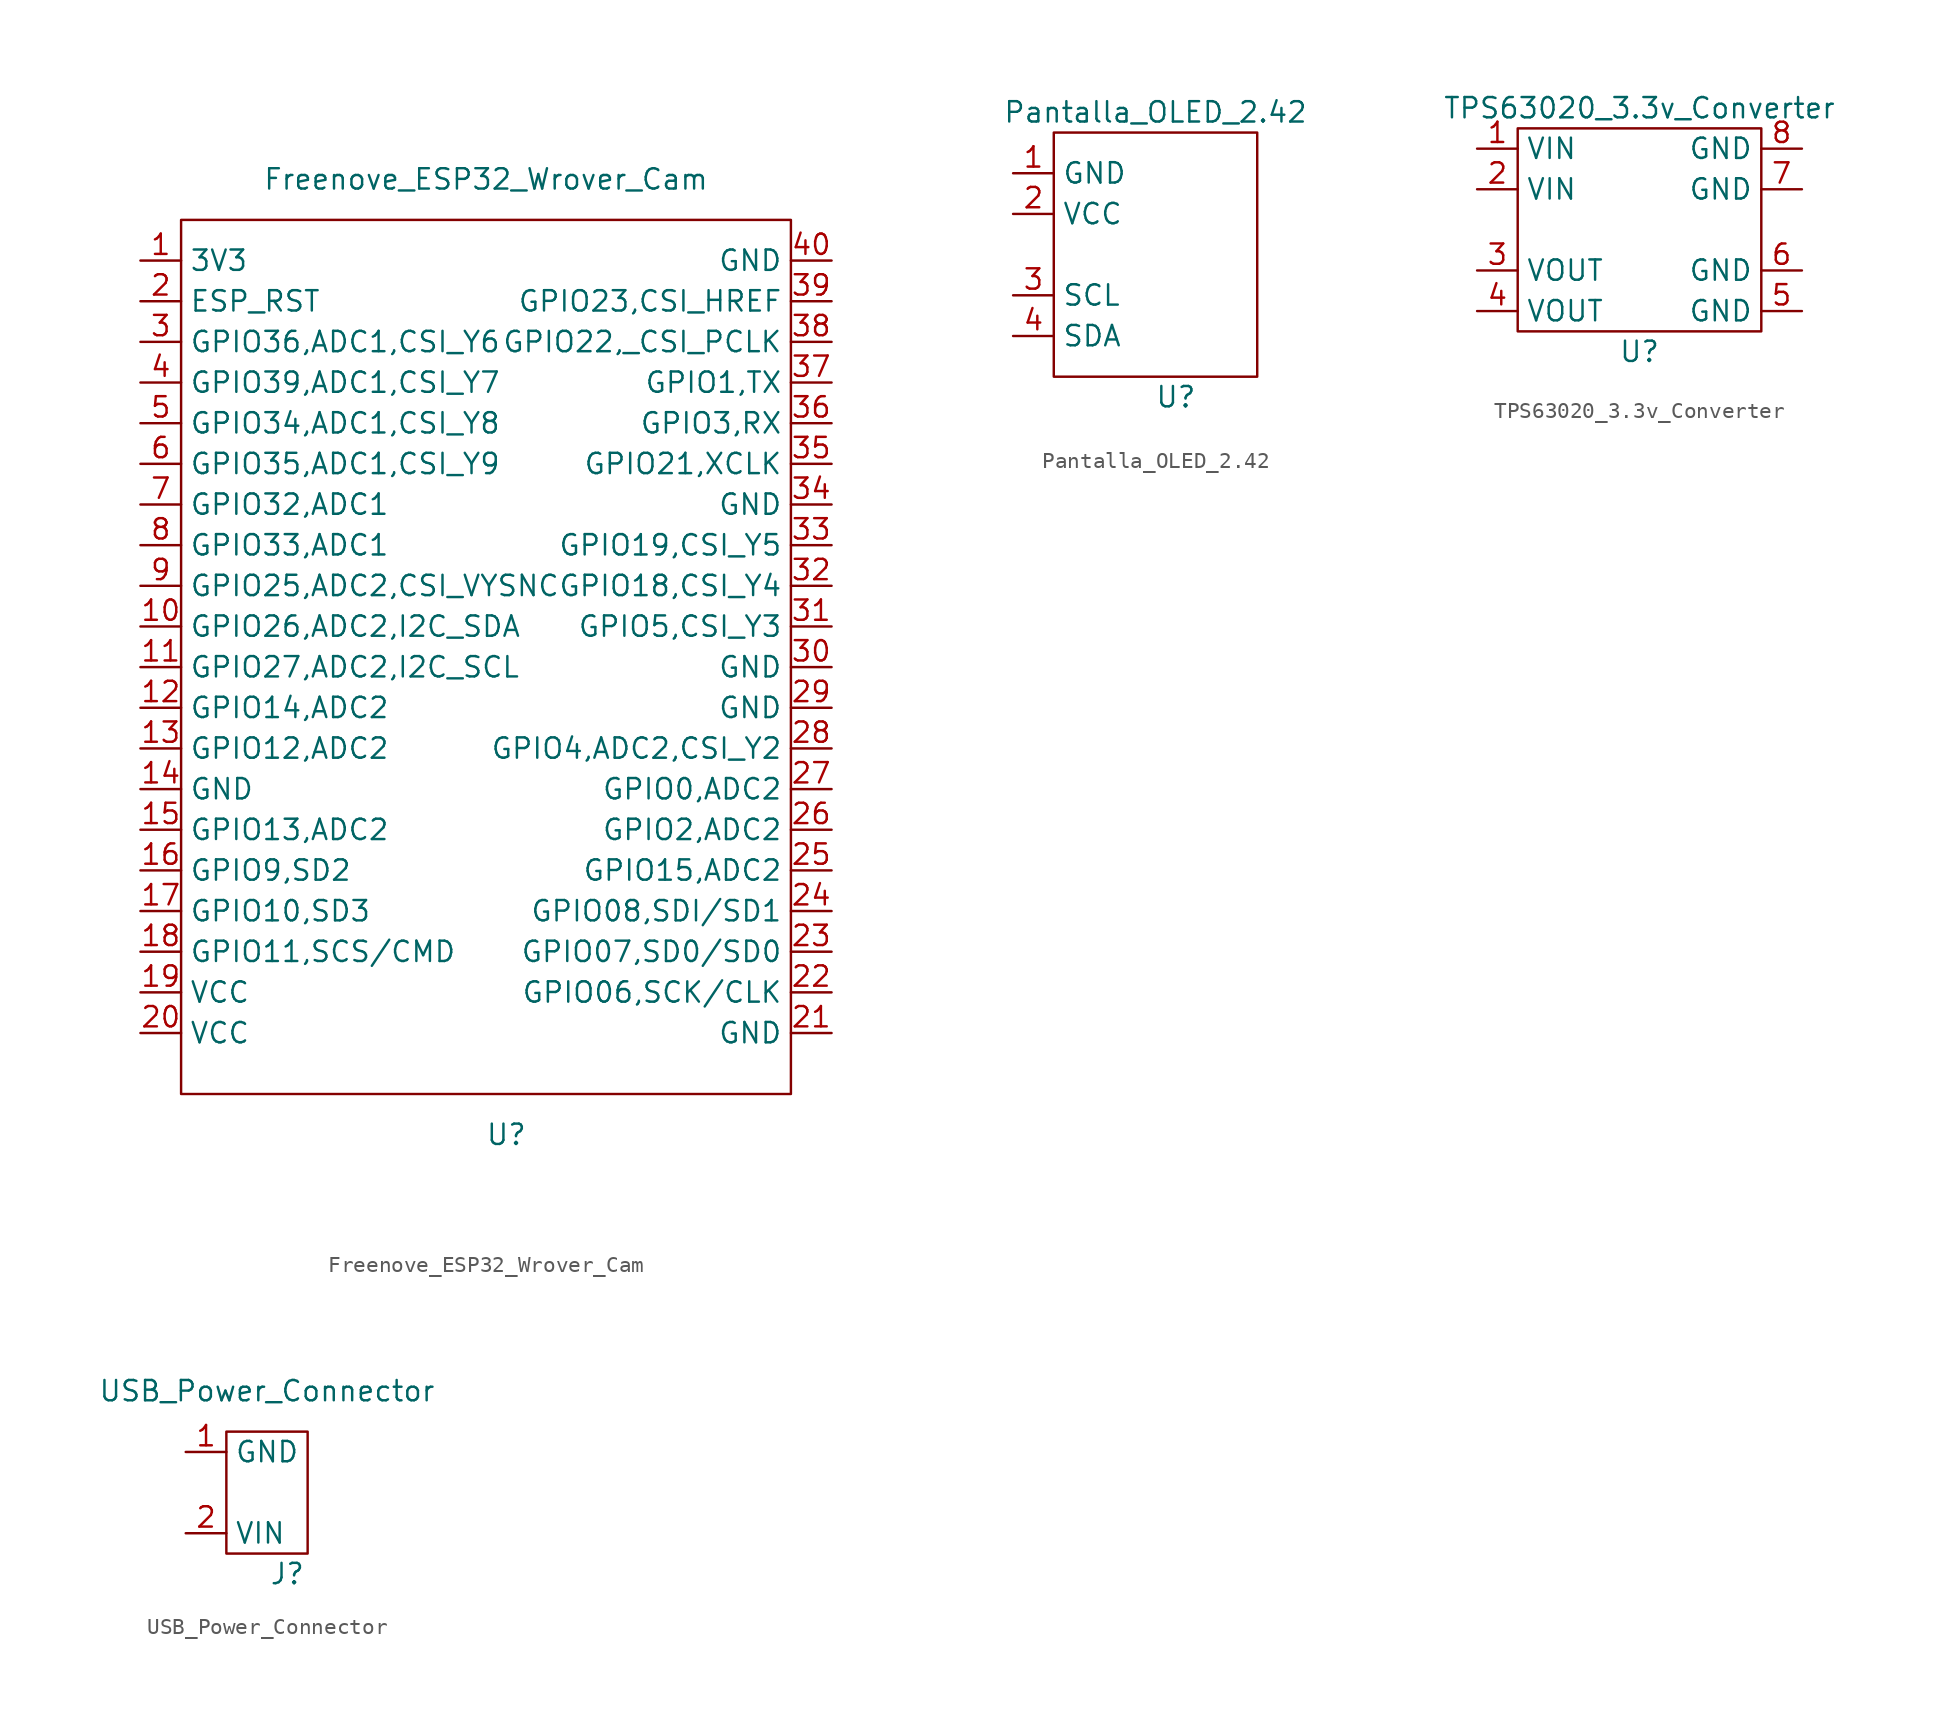
<source format=kicad_sym>
(kicad_symbol_lib
  (version 20211014)
  (generator kicad_symbol_editor)
  (symbol "Freenove_ESP32_Wrover_Cam"
    (property "Reference" "U"
      (at 1.27 -29.21 0)
      (effects (font (size 1.27 1.27))))
    (property "Value" "Freenove_ESP32_Wrover_Cam"
      (at 0 30.48 0)
      (effects (font (size 1.27 1.27))))
    (symbol "Freenove_ESP32_Wrover_Cam_0_1"
      (rectangle (start -19.05 27.94) (end 19.05 -26.67) (stroke (width 0) (type default) (color 0 0 0 0)) (fill (type none))))
    (symbol "Freenove_ESP32_Wrover_Cam_1_1"
      (pin power_in line (at -21.59 25.4 0) (length 2.54) (name "3V3" (effects (font (size 1.27 1.27)))) (number "1" (effects (font (size 1.27 1.27)))))
      (pin bidirectional line (at -21.59 2.54 0) (length 2.54) (name "GPIO26,ADC2,I2C_SDA" (effects (font (size 1.27 1.27)))) (number "10" (effects (font (size 1.27 1.27)))))
      (pin bidirectional line (at -21.59 0 0) (length 2.54) (name "GPIO27,ADC2,I2C_SCL" (effects (font (size 1.27 1.27)))) (number "11" (effects (font (size 1.27 1.27)))))
      (pin bidirectional line (at -21.59 -2.54 0) (length 2.54) (name "GPIO14,ADC2" (effects (font (size 1.27 1.27)))) (number "12" (effects (font (size 1.27 1.27)))))
      (pin bidirectional line (at -21.59 -5.08 0) (length 2.54) (name "GPIO12,ADC2" (effects (font (size 1.27 1.27)))) (number "13" (effects (font (size 1.27 1.27)))))
      (pin power_in line (at -21.59 -7.62 0) (length 2.54) (name "GND" (effects (font (size 1.27 1.27)))) (number "14" (effects (font (size 1.27 1.27)))))
      (pin bidirectional line (at -21.59 -10.16 0) (length 2.54) (name "GPIO13,ADC2" (effects (font (size 1.27 1.27)))) (number "15" (effects (font (size 1.27 1.27)))))
      (pin bidirectional line (at -21.59 -12.7 0) (length 2.54) (name "GPIO9,SD2" (effects (font (size 1.27 1.27)))) (number "16" (effects (font (size 1.27 1.27)))))
      (pin bidirectional line (at -21.59 -15.24 0) (length 2.54) (name "GPIO10,SD3" (effects (font (size 1.27 1.27)))) (number "17" (effects (font (size 1.27 1.27)))))
      (pin bidirectional line (at -21.59 -17.78 0) (length 2.54) (name "GPIO11,SCS/CMD" (effects (font (size 1.27 1.27)))) (number "18" (effects (font (size 1.27 1.27)))))
      (pin power_in line (at -21.59 -20.32 0) (length 2.54) (name "VCC" (effects (font (size 1.27 1.27)))) (number "19" (effects (font (size 1.27 1.27)))))
      (pin bidirectional line (at -21.59 22.86 0) (length 2.54) (name "ESP_RST" (effects (font (size 1.27 1.27)))) (number "2" (effects (font (size 1.27 1.27)))))
      (pin power_in line (at -21.59 -22.86 0) (length 2.54) (name "VCC" (effects (font (size 1.27 1.27)))) (number "20" (effects (font (size 1.27 1.27)))))
      (pin power_in line (at 21.59 -22.86 180) (length 2.54) (name "GND" (effects (font (size 1.27 1.27)))) (number "21" (effects (font (size 1.27 1.27)))))
      (pin bidirectional line (at 21.59 -20.32 180) (length 2.54) (name "GPIO06,SCK/CLK" (effects (font (size 1.27 1.27)))) (number "22" (effects (font (size 1.27 1.27)))))
      (pin bidirectional line (at 21.59 -17.78 180) (length 2.54) (name "GPIO07,SD0/SD0" (effects (font (size 1.27 1.27)))) (number "23" (effects (font (size 1.27 1.27)))))
      (pin bidirectional line (at 21.59 -15.24 180) (length 2.54) (name "GPIO08,SDI/SD1" (effects (font (size 1.27 1.27)))) (number "24" (effects (font (size 1.27 1.27)))))
      (pin bidirectional line (at 21.59 -12.7 180) (length 2.54) (name "GPIO15,ADC2" (effects (font (size 1.27 1.27)))) (number "25" (effects (font (size 1.27 1.27)))))
      (pin bidirectional line (at 21.59 -10.16 180) (length 2.54) (name "GPIO2,ADC2" (effects (font (size 1.27 1.27)))) (number "26" (effects (font (size 1.27 1.27)))))
      (pin bidirectional line (at 21.59 -7.62 180) (length 2.54) (name "GPIO0,ADC2" (effects (font (size 1.27 1.27)))) (number "27" (effects (font (size 1.27 1.27)))))
      (pin bidirectional line (at 21.59 -5.08 180) (length 2.54) (name "GPIO4,ADC2,CSI_Y2" (effects (font (size 1.27 1.27)))) (number "28" (effects (font (size 1.27 1.27)))))
      (pin power_in line (at 21.59 -2.54 180) (length 2.54) (name "GND" (effects (font (size 1.27 1.27)))) (number "29" (effects (font (size 1.27 1.27)))))
      (pin input line (at -21.59 20.32 0) (length 2.54) (name "GPIO36,ADC1,CSI_Y6" (effects (font (size 1.27 1.27)))) (number "3" (effects (font (size 1.27 1.27)))))
      (pin power_in line (at 21.59 0 180) (length 2.54) (name "GND" (effects (font (size 1.27 1.27)))) (number "30" (effects (font (size 1.27 1.27)))))
      (pin bidirectional line (at 21.59 2.54 180) (length 2.54) (name "GPIO5,CSI_Y3" (effects (font (size 1.27 1.27)))) (number "31" (effects (font (size 1.27 1.27)))))
      (pin bidirectional line (at 21.59 5.08 180) (length 2.54) (name "GPIO18,CSI_Y4" (effects (font (size 1.27 1.27)))) (number "32" (effects (font (size 1.27 1.27)))))
      (pin bidirectional line (at 21.59 7.62 180) (length 2.54) (name "GPIO19,CSI_Y5" (effects (font (size 1.27 1.27)))) (number "33" (effects (font (size 1.27 1.27)))))
      (pin power_out line (at 21.59 10.16 180) (length 2.54) (name "GND" (effects (font (size 1.27 1.27)))) (number "34" (effects (font (size 1.27 1.27)))))
      (pin bidirectional line (at 21.59 12.7 180) (length 2.54) (name "GPIO21,XCLK" (effects (font (size 1.27 1.27)))) (number "35" (effects (font (size 1.27 1.27)))))
      (pin bidirectional line (at 21.59 15.24 180) (length 2.54) (name "GPIO3,RX" (effects (font (size 1.27 1.27)))) (number "36" (effects (font (size 1.27 1.27)))))
      (pin bidirectional line (at 21.59 17.78 180) (length 2.54) (name "GPIO1,TX" (effects (font (size 1.27 1.27)))) (number "37" (effects (font (size 1.27 1.27)))))
      (pin bidirectional line (at 21.59 20.32 180) (length 2.54) (name "GPIO22,_CSI_PCLK" (effects (font (size 1.27 1.27)))) (number "38" (effects (font (size 1.27 1.27)))))
      (pin bidirectional line (at 21.59 22.86 180) (length 2.54) (name "GPIO23,CSI_HREF" (effects (font (size 1.27 1.27)))) (number "39" (effects (font (size 1.27 1.27)))))
      (pin input line (at -21.59 17.78 0) (length 2.54) (name "GPIO39,ADC1,CSI_Y7" (effects (font (size 1.27 1.27)))) (number "4" (effects (font (size 1.27 1.27)))))
      (pin power_in line (at 21.59 25.4 180) (length 2.54) (name "GND" (effects (font (size 1.27 1.27)))) (number "40" (effects (font (size 1.27 1.27)))))
      (pin input line (at -21.59 15.24 0) (length 2.54) (name "GPIO34,ADC1,CSI_Y8" (effects (font (size 1.27 1.27)))) (number "5" (effects (font (size 1.27 1.27)))))
      (pin input line (at -21.59 12.7 0) (length 2.54) (name "GPIO35,ADC1,CSI_Y9" (effects (font (size 1.27 1.27)))) (number "6" (effects (font (size 1.27 1.27)))))
      (pin bidirectional line (at -21.59 10.16 0) (length 2.54) (name "GPIO32,ADC1" (effects (font (size 1.27 1.27)))) (number "7" (effects (font (size 1.27 1.27)))))
      (pin bidirectional line (at -21.59 7.62 0) (length 2.54) (name "GPIO33,ADC1" (effects (font (size 1.27 1.27)))) (number "8" (effects (font (size 1.27 1.27)))))
      (pin bidirectional line (at -21.59 5.08 0) (length 2.54) (name "GPIO25,ADC2,CSI_VYSNC" (effects (font (size 1.27 1.27)))) (number "9" (effects (font (size 1.27 1.27)))))))
  (symbol "Pantalla_OLED_2.42"
    (property "Reference" "U"
      (at 1.27 -8.89 0)
      (effects (font (size 1.27 1.27))))
    (property "Value" "Pantalla_OLED_2.42"
      (at 0 8.89 0)
      (effects (font (size 1.27 1.27))))
    (symbol "Pantalla_OLED_2.42_0_1"
      (rectangle (start -6.35 7.62) (end 6.35 -7.62) (stroke (width 0) (type default) (color 0 0 0 0)) (fill (type none))))
    (symbol "Pantalla_OLED_2.42_1_1"
      (pin power_in line (at -8.89 5.08 0) (length 2.54) (name "GND" (effects (font (size 1.27 1.27)))) (number "1" (effects (font (size 1.27 1.27)))))
      (pin power_in line (at -8.89 2.54 0) (length 2.54) (name "VCC" (effects (font (size 1.27 1.27)))) (number "2" (effects (font (size 1.27 1.27)))))
      (pin bidirectional line (at -8.89 -2.54 0) (length 2.54) (name "SCL" (effects (font (size 1.27 1.27)))) (number "3" (effects (font (size 1.27 1.27)))))
      (pin bidirectional line (at -8.89 -5.08 0) (length 2.54) (name "SDA" (effects (font (size 1.27 1.27)))) (number "4" (effects (font (size 1.27 1.27)))))))
  (symbol "TPS63020_3.3v_Converter"
    (property "Reference" "U"
      (at 0 -7.62 0)
      (effects (font (size 1.27 1.27))))
    (property "Value" "TPS63020_3.3v_Converter"
      (at 0 7.62 0)
      (effects (font (size 1.27 1.27))))
    (symbol "TPS63020_3.3v_Converter_0_1"
      (rectangle (start -7.62 6.35) (end 7.62 -6.35) (stroke (width 0) (type default) (color 0 0 0 0)) (fill (type none))))
    (symbol "TPS63020_3.3v_Converter_1_1"
      (pin passive line (at -10.16 5.08 0) (length 2.54) (name "VIN" (effects (font (size 1.27 1.27)))) (number "1" (effects (font (size 1.27 1.27)))))
      (pin passive line (at -10.16 2.54 0) (length 2.54) (name "VIN" (effects (font (size 1.27 1.27)))) (number "2" (effects (font (size 1.27 1.27)))))
      (pin passive line (at -10.16 -2.54 0) (length 2.54) (name "VOUT" (effects (font (size 1.27 1.27)))) (number "3" (effects (font (size 1.27 1.27)))))
      (pin passive line (at -10.16 -5.08 0) (length 2.54) (name "VOUT" (effects (font (size 1.27 1.27)))) (number "4" (effects (font (size 1.27 1.27)))))
      (pin passive line (at 10.16 -5.08 180) (length 2.54) (name "GND" (effects (font (size 1.27 1.27)))) (number "5" (effects (font (size 1.27 1.27)))))
      (pin passive line (at 10.16 -2.54 180) (length 2.54) (name "GND" (effects (font (size 1.27 1.27)))) (number "6" (effects (font (size 1.27 1.27)))))
      (pin passive line (at 10.16 2.54 180) (length 2.54) (name "GND" (effects (font (size 1.27 1.27)))) (number "7" (effects (font (size 1.27 1.27)))))
      (pin passive line (at 10.16 5.08 180) (length 2.54) (name "GND" (effects (font (size 1.27 1.27)))) (number "8" (effects (font (size 1.27 1.27)))))))
  (symbol "USB_Power_Connector"
    (property "Reference" "J"
      (at 1.27 -5.08 0)
      (effects (font (size 1.27 1.27))))
    (property "Value" "USB_Power_Connector"
      (at 0 6.35 0)
      (effects (font (size 1.27 1.27))))
    (symbol "USB_Power_Connector_0_1"
      (rectangle (start 2.54 -3.81) (end -2.54 3.81) (stroke (width 0) (type default) (color 0 0 0 0)) (fill (type none))))
    (symbol "USB_Power_Connector_1_1"
      (pin power_out line (at -5.08 2.54 0) (length 2.54) (name "GND" (effects (font (size 1.27 1.27)))) (number "1" (effects (font (size 1.27 1.27)))))
      (pin power_out line (at -5.08 -2.54 0) (length 2.54) (name "VIN" (effects (font (size 1.27 1.27)))) (number "2" (effects (font (size 1.27 1.27))))))))
</source>
